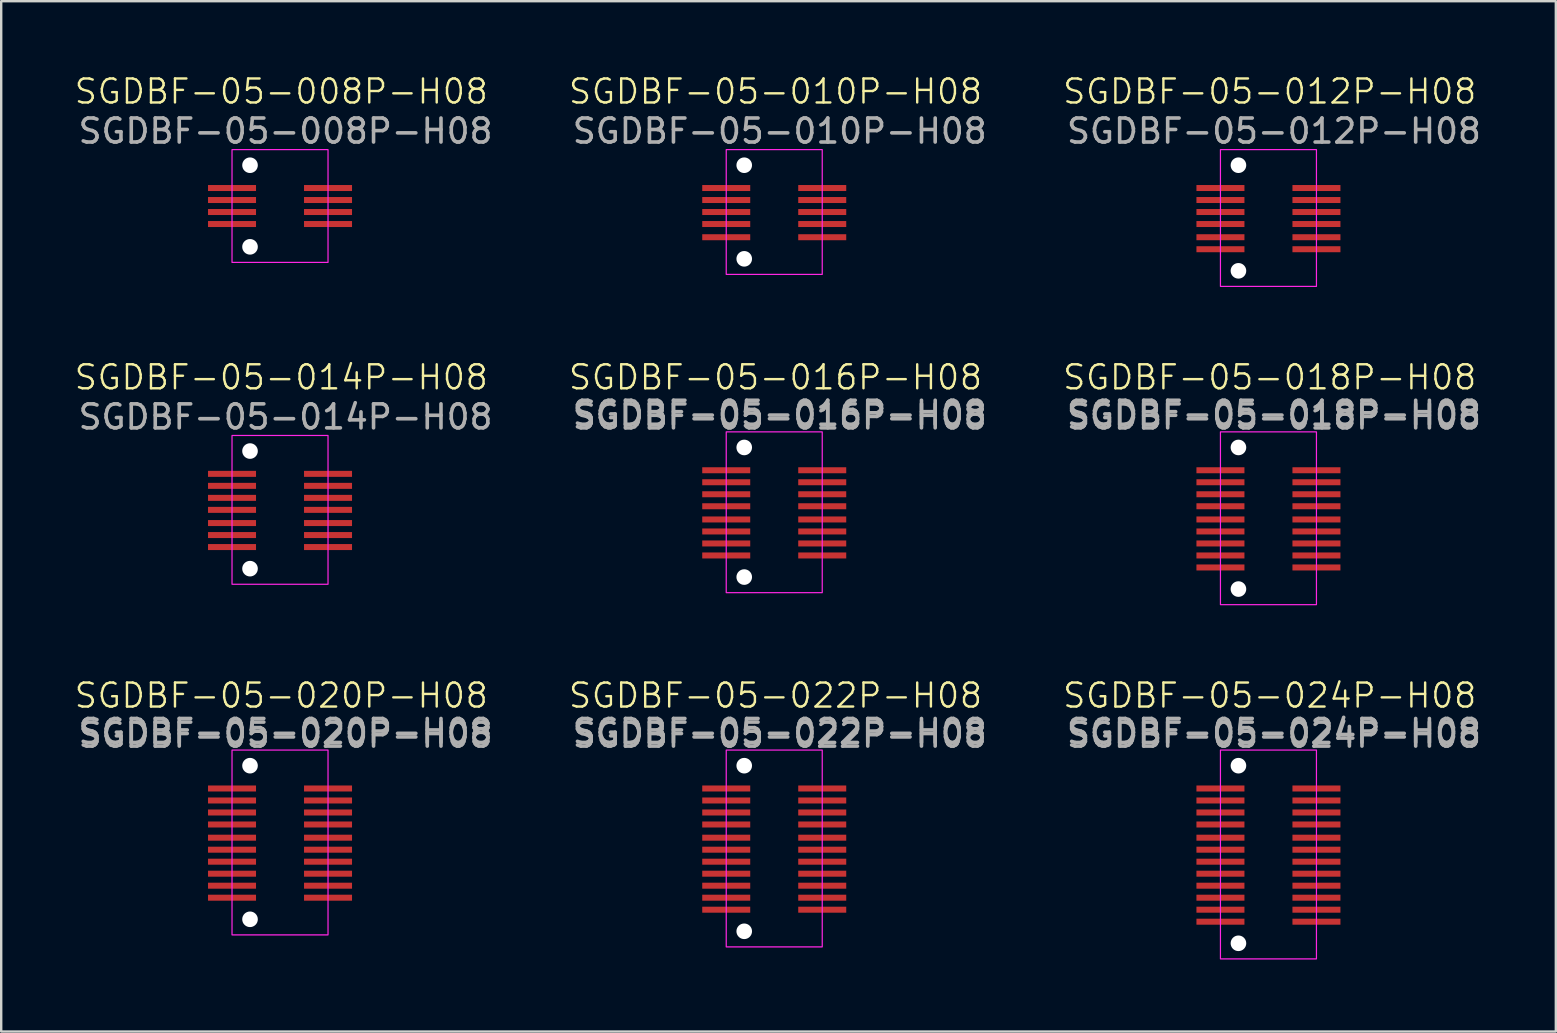
<source format=kicad_pcb>
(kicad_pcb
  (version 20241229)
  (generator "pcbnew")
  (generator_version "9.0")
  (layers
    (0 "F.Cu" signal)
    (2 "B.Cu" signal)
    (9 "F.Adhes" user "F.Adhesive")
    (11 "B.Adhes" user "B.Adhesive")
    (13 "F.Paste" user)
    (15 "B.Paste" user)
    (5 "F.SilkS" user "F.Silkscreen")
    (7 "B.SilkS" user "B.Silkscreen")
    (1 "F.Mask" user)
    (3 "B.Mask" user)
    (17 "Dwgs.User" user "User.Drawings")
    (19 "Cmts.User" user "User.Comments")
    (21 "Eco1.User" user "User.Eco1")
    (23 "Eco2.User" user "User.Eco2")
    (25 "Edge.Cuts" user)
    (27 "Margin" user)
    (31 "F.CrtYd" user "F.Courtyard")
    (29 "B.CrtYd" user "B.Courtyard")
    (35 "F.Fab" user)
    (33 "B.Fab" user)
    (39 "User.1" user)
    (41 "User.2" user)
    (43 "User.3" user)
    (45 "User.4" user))
  (footprint "SGDBF-05-010P-H08"
    (layer "F.Cu")
    (at 27.208 3.184)
    (property "Reference" "SGDBF-05-010P-H08" (at 2.052 -2.423 0) (unlocked yes) (layer "F.SilkS") (effects (font (size 1 1) (thickness 0.1))))
    (attr smd)
    (fp_rect (start 0 0) (end 4 5.2) (stroke (width 0.05) (type default)) (fill no) (layer "F.CrtYd"))
    (fp_text user "${REFERENCE}" (at 2.23 -0.772 0) (unlocked yes) (layer "F.Fab") (effects (font (size 1 1) (thickness 0.15))))
    (pad "" np_thru_hole circle (at 0.75 0.65) (size 0.65 0.65) (drill 0.65) (layers "*.Cu" "*.Mask"))
    (pad "" np_thru_hole circle (at 0.75 4.55) (size 0.65 0.65) (drill 0.65) (layers "*.Cu" "*.Mask"))
    (pad "1" smd rect (at 0 1.6 90) (size 0.25 2) (layers "F.Cu" "F.Mask" "F.Paste"))
    (pad "2" smd rect (at 4 1.6 90) (size 0.25 2) (layers "F.Cu" "F.Mask" "F.Paste"))
    (pad "3" smd rect (at 0 2.1 90) (size 0.25 2) (layers "F.Cu" "F.Mask" "F.Paste"))
    (pad "4" smd rect (at 4 2.1 90) (size 0.25 2) (layers "F.Cu" "F.Mask" "F.Paste"))
    (pad "5" smd rect (at 0 2.6 90) (size 0.25 2) (layers "F.Cu" "F.Mask" "F.Paste"))
    (pad "6" smd rect (at 4 2.6 90) (size 0.25 2) (layers "F.Cu" "F.Mask" "F.Paste"))
    (pad "7" smd rect (at 0 3.1 90) (size 0.25 2) (layers "F.Cu" "F.Mask" "F.Paste"))
    (pad "8" smd rect (at 4 3.1 90) (size 0.25 2) (layers "F.Cu" "F.Mask" "F.Paste"))
    (pad "9" smd rect (at 0 3.65 90) (size 0.25 2) (layers "F.Cu" "F.Mask" "F.Paste"))
    (pad "10" smd rect (at 4 3.65 90) (size 0.25 2) (layers "F.Cu" "F.Mask" "F.Paste")))
  (footprint "SGDBF-05-024P-H08"
    (layer "F.Cu")
    (at 47.799 28.202)
    (property "Reference" "SGDBF-05-024P-H08" (at 2.052 -2.273 0) (unlocked yes) (layer "F.SilkS") (effects (font (size 1 1) (thickness 0.1))))
    (attr smd)
    (fp_rect (start 0 0) (end 4 8.7) (stroke (width 0.05) (type default)) (fill no) (layer "F.CrtYd"))
    (fp_text user "${REFERENCE}" (at 2.23 -0.772 0) (unlocked yes) (layer "F.Fab") (effects (font (size 1 1) (thickness 0.15))))
    (fp_text user "${REFERENCE}" (at 2.23 -0.622 0) (unlocked yes) (layer "F.Fab") (effects (font (size 1 1) (thickness 0.15))))
    (pad "" np_thru_hole circle (at 0.75 0.65) (size 0.65 0.65) (drill 0.65) (layers "*.Cu" "*.Mask"))
    (pad "" np_thru_hole circle (at 0.75 8.05) (size 0.65 0.65) (drill 0.65) (layers "*.Cu" "*.Mask"))
    (pad "1" smd rect (at 0 1.6 90) (size 0.25 2) (layers "F.Cu" "F.Mask" "F.Paste"))
    (pad "2" smd rect (at 4 1.6 90) (size 0.25 2) (layers "F.Cu" "F.Mask" "F.Paste"))
    (pad "3" smd rect (at 0 2.1 90) (size 0.25 2) (layers "F.Cu" "F.Mask" "F.Paste"))
    (pad "4" smd rect (at 4 2.1 90) (size 0.25 2) (layers "F.Cu" "F.Mask" "F.Paste"))
    (pad "5" smd rect (at 0 2.6 90) (size 0.25 2) (layers "F.Cu" "F.Mask" "F.Paste"))
    (pad "6" smd rect (at 4 2.6 90) (size 0.25 2) (layers "F.Cu" "F.Mask" "F.Paste"))
    (pad "7" smd rect (at 0 3.1 90) (size 0.25 2) (layers "F.Cu" "F.Mask" "F.Paste"))
    (pad "8" smd rect (at 4 3.1 90) (size 0.25 2) (layers "F.Cu" "F.Mask" "F.Paste"))
    (pad "9" smd rect (at 0 3.65 90) (size 0.25 2) (layers "F.Cu" "F.Mask" "F.Paste"))
    (pad "10" smd rect (at 4 3.65 90) (size 0.25 2) (layers "F.Cu" "F.Mask" "F.Paste"))
    (pad "11" smd rect (at 0 4.15 90) (size 0.25 2) (layers "F.Cu" "F.Mask" "F.Paste"))
    (pad "12" smd rect (at 4 4.15 90) (size 0.25 2) (layers "F.Cu" "F.Mask" "F.Paste"))
    (pad "13" smd rect (at 0 4.65 90) (size 0.25 2) (layers "F.Cu" "F.Mask" "F.Paste"))
    (pad "14" smd rect (at 4 4.65 90) (size 0.25 2) (layers "F.Cu" "F.Mask" "F.Paste"))
    (pad "15" smd rect (at 0 5.15 90) (size 0.25 2) (layers "F.Cu" "F.Mask" "F.Paste"))
    (pad "16" smd rect (at 4 5.15 90) (size 0.25 2) (layers "F.Cu" "F.Mask" "F.Paste"))
    (pad "17" smd rect (at 0 5.65 90) (size 0.25 2) (layers "F.Cu" "F.Mask" "F.Paste"))
    (pad "18" smd rect (at 4 5.65 90) (size 0.25 2) (layers "F.Cu" "F.Mask" "F.Paste"))
    (pad "19" smd rect (at 0 6.15 90) (size 0.25 2) (layers "F.Cu" "F.Mask" "F.Paste"))
    (pad "20" smd rect (at 4 6.15 90) (size 0.25 2) (layers "F.Cu" "F.Mask" "F.Paste"))
    (pad "21" smd rect (at 0 6.65 90) (size 0.25 2) (layers "F.Cu" "F.Mask" "F.Paste"))
    (pad "22" smd rect (at 4 6.65 90) (size 0.25 2) (layers "F.Cu" "F.Mask" "F.Paste"))
    (pad "23" smd rect (at 0 7.15 90) (size 0.25 2) (layers "F.Cu" "F.Mask" "F.Paste"))
    (pad "24" smd rect (at 4 7.15 90) (size 0.25 2) (layers "F.Cu" "F.Mask" "F.Paste")))
  (footprint "SGDBF-05-016P-H08"
    (layer "F.Cu")
    (at 27.208 16.543)
    (property "Reference" "SGDBF-05-016P-H08" (at 2.052 -3.873 0) (unlocked yes) (layer "F.SilkS") (effects (font (size 1 1) (thickness 0.1))))
    (attr smd)
    (fp_rect (start 0 -1.6) (end 4 5.1) (stroke (width 0.05) (type default)) (fill no) (layer "F.CrtYd"))
    (fp_text user "${REFERENCE}" (at 2.23 -2.222 0) (unlocked yes) (layer "F.Fab") (effects (font (size 1 1) (thickness 0.15))))
    (fp_text user "${REFERENCE}" (at 2.23 -2.372 0) (unlocked yes) (layer "F.Fab") (effects (font (size 1 1) (thickness 0.15))))
    (pad "" np_thru_hole circle (at 0.75 -0.95) (size 0.65 0.65) (drill 0.65) (layers "*.Cu" "*.Mask"))
    (pad "" np_thru_hole circle (at 0.75 4.45) (size 0.65 0.65) (drill 0.65) (layers "*.Cu" "*.Mask"))
    (pad "1" smd rect (at 0 0 90) (size 0.25 2) (layers "F.Cu" "F.Mask" "F.Paste"))
    (pad "2" smd rect (at 4 0 90) (size 0.25 2) (layers "F.Cu" "F.Mask" "F.Paste"))
    (pad "3" smd rect (at 0 0.5 90) (size 0.25 2) (layers "F.Cu" "F.Mask" "F.Paste"))
    (pad "4" smd rect (at 4 0.5 90) (size 0.25 2) (layers "F.Cu" "F.Mask" "F.Paste"))
    (pad "5" smd rect (at 0 1 90) (size 0.25 2) (layers "F.Cu" "F.Mask" "F.Paste"))
    (pad "6" smd rect (at 4 1 90) (size 0.25 2) (layers "F.Cu" "F.Mask" "F.Paste"))
    (pad "7" smd rect (at 0 1.5 90) (size 0.25 2) (layers "F.Cu" "F.Mask" "F.Paste"))
    (pad "8" smd rect (at 4 1.5 90) (size 0.25 2) (layers "F.Cu" "F.Mask" "F.Paste"))
    (pad "9" smd rect (at 0 2.05 90) (size 0.25 2) (layers "F.Cu" "F.Mask" "F.Paste"))
    (pad "10" smd rect (at 4 2.05 90) (size 0.25 2) (layers "F.Cu" "F.Mask" "F.Paste"))
    (pad "11" smd rect (at 0 2.55 90) (size 0.25 2) (layers "F.Cu" "F.Mask" "F.Paste"))
    (pad "12" smd rect (at 4 2.55 90) (size 0.25 2) (layers "F.Cu" "F.Mask" "F.Paste"))
    (pad "13" smd rect (at 0 3.05 90) (size 0.25 2) (layers "F.Cu" "F.Mask" "F.Paste"))
    (pad "14" smd rect (at 4 3.05 90) (size 0.25 2) (layers "F.Cu" "F.Mask" "F.Paste"))
    (pad "15" smd rect (at 0 3.55 90) (size 0.25 2) (layers "F.Cu" "F.Mask" "F.Paste"))
    (pad "16" smd rect (at 4 3.55 90) (size 0.25 2) (layers "F.Cu" "F.Mask" "F.Paste")))
  (footprint "SGDBF-05-022P-H08"
    (layer "F.Cu")
    (at 27.208 29.802)
    (property "Reference" "SGDBF-05-022P-H08" (at 2.052 -3.873 0) (unlocked yes) (layer "F.SilkS") (effects (font (size 1 1) (thickness 0.1))))
    (attr smd)
    (fp_rect (start 0 -1.6) (end 4 6.6) (stroke (width 0.05) (type default)) (fill no) (layer "F.CrtYd"))
    (fp_text user "${REFERENCE}" (at 2.23 -2.222 0) (unlocked yes) (layer "F.Fab") (effects (font (size 1 1) (thickness 0.15))))
    (fp_text user "${REFERENCE}" (at 2.23 -2.372 0) (unlocked yes) (layer "F.Fab") (effects (font (size 1 1) (thickness 0.15))))
    (pad "" np_thru_hole circle (at 0.75 -0.95) (size 0.65 0.65) (drill 0.65) (layers "*.Cu" "*.Mask"))
    (pad "" np_thru_hole circle (at 0.75 5.95) (size 0.65 0.65) (drill 0.65) (layers "*.Cu" "*.Mask"))
    (pad "1" smd rect (at 0 0 90) (size 0.25 2) (layers "F.Cu" "F.Mask" "F.Paste"))
    (pad "2" smd rect (at 4 0 90) (size 0.25 2) (layers "F.Cu" "F.Mask" "F.Paste"))
    (pad "3" smd rect (at 0 0.5 90) (size 0.25 2) (layers "F.Cu" "F.Mask" "F.Paste"))
    (pad "4" smd rect (at 4 0.5 90) (size 0.25 2) (layers "F.Cu" "F.Mask" "F.Paste"))
    (pad "5" smd rect (at 0 1 90) (size 0.25 2) (layers "F.Cu" "F.Mask" "F.Paste"))
    (pad "6" smd rect (at 4 1 90) (size 0.25 2) (layers "F.Cu" "F.Mask" "F.Paste"))
    (pad "7" smd rect (at 0 1.5 90) (size 0.25 2) (layers "F.Cu" "F.Mask" "F.Paste"))
    (pad "8" smd rect (at 4 1.5 90) (size 0.25 2) (layers "F.Cu" "F.Mask" "F.Paste"))
    (pad "9" smd rect (at 0 2.05 90) (size 0.25 2) (layers "F.Cu" "F.Mask" "F.Paste"))
    (pad "10" smd rect (at 4 2.05 90) (size 0.25 2) (layers "F.Cu" "F.Mask" "F.Paste"))
    (pad "11" smd rect (at 0 2.55 90) (size 0.25 2) (layers "F.Cu" "F.Mask" "F.Paste"))
    (pad "12" smd rect (at 4 2.55 90) (size 0.25 2) (layers "F.Cu" "F.Mask" "F.Paste"))
    (pad "13" smd rect (at 0 3.05 90) (size 0.25 2) (layers "F.Cu" "F.Mask" "F.Paste"))
    (pad "14" smd rect (at 4 3.05 90) (size 0.25 2) (layers "F.Cu" "F.Mask" "F.Paste"))
    (pad "15" smd rect (at 0 3.55 90) (size 0.25 2) (layers "F.Cu" "F.Mask" "F.Paste"))
    (pad "16" smd rect (at 4 3.55 90) (size 0.25 2) (layers "F.Cu" "F.Mask" "F.Paste"))
    (pad "17" smd rect (at 0 4.05 90) (size 0.25 2) (layers "F.Cu" "F.Mask" "F.Paste"))
    (pad "18" smd rect (at 4 4.05 90) (size 0.25 2) (layers "F.Cu" "F.Mask" "F.Paste"))
    (pad "19" smd rect (at 0 4.55 90) (size 0.25 2) (layers "F.Cu" "F.Mask" "F.Paste"))
    (pad "20" smd rect (at 4 4.55 90) (size 0.25 2) (layers "F.Cu" "F.Mask" "F.Paste"))
    (pad "21" smd rect (at 0 5.05 90) (size 0.25 2) (layers "F.Cu" "F.Mask" "F.Paste"))
    (pad "22" smd rect (at 4 5.05 90) (size 0.25 2) (layers "F.Cu" "F.Mask" "F.Paste")))
  (footprint "SGDBF-05-014P-H08"
    (layer "F.Cu")
    (at 6.617 15.093)
    (property "Reference" "SGDBF-05-014P-H08" (at 2.052 -2.423 0) (unlocked yes) (layer "F.SilkS") (effects (font (size 1 1) (thickness 0.1))))
    (attr smd)
    (fp_rect (start 0 0) (end 4 6.2) (stroke (width 0.05) (type default)) (fill no) (layer "F.CrtYd"))
    (fp_text user "${REFERENCE}" (at 2.23 -0.772 0) (unlocked yes) (layer "F.Fab") (effects (font (size 1 1) (thickness 0.15))))
    (pad "" np_thru_hole circle (at 0.75 0.65) (size 0.65 0.65) (drill 0.65) (layers "*.Cu" "*.Mask"))
    (pad "" np_thru_hole circle (at 0.75 5.55) (size 0.65 0.65) (drill 0.65) (layers "*.Cu" "*.Mask"))
    (pad "1" smd rect (at 0 1.6 90) (size 0.25 2) (layers "F.Cu" "F.Mask" "F.Paste"))
    (pad "2" smd rect (at 4 1.6 90) (size 0.25 2) (layers "F.Cu" "F.Mask" "F.Paste"))
    (pad "3" smd rect (at 0 2.1 90) (size 0.25 2) (layers "F.Cu" "F.Mask" "F.Paste"))
    (pad "4" smd rect (at 4 2.1 90) (size 0.25 2) (layers "F.Cu" "F.Mask" "F.Paste"))
    (pad "5" smd rect (at 0 2.6 90) (size 0.25 2) (layers "F.Cu" "F.Mask" "F.Paste"))
    (pad "6" smd rect (at 4 2.6 90) (size 0.25 2) (layers "F.Cu" "F.Mask" "F.Paste"))
    (pad "7" smd rect (at 0 3.1 90) (size 0.25 2) (layers "F.Cu" "F.Mask" "F.Paste"))
    (pad "8" smd rect (at 4 3.1 90) (size 0.25 2) (layers "F.Cu" "F.Mask" "F.Paste"))
    (pad "9" smd rect (at 0 3.65 90) (size 0.25 2) (layers "F.Cu" "F.Mask" "F.Paste"))
    (pad "10" smd rect (at 4 3.65 90) (size 0.25 2) (layers "F.Cu" "F.Mask" "F.Paste"))
    (pad "11" smd rect (at 0 4.15 90) (size 0.25 2) (layers "F.Cu" "F.Mask" "F.Paste"))
    (pad "12" smd rect (at 4 4.15 90) (size 0.25 2) (layers "F.Cu" "F.Mask" "F.Paste"))
    (pad "13" smd rect (at 0 4.65 90) (size 0.25 2) (layers "F.Cu" "F.Mask" "F.Paste"))
    (pad "14" smd rect (at 4 4.65 90) (size 0.25 2) (layers "F.Cu" "F.Mask" "F.Paste")))
  (footprint "SGDBF-05-020P-H08"
    (layer "F.Cu")
    (at 6.617 28.202)
    (property "Reference" "SGDBF-05-020P-H08" (at 2.052 -2.273 0) (unlocked yes) (layer "F.SilkS") (effects (font (size 1 1) (thickness 0.1))))
    (attr smd)
    (fp_rect (start 0 0) (end 4 7.7) (stroke (width 0.05) (type default)) (fill no) (layer "F.CrtYd"))
    (fp_text user "${REFERENCE}" (at 2.23 -0.772 0) (unlocked yes) (layer "F.Fab") (effects (font (size 1 1) (thickness 0.15))))
    (fp_text user "${REFERENCE}" (at 2.23 -0.622 0) (unlocked yes) (layer "F.Fab") (effects (font (size 1 1) (thickness 0.15))))
    (pad "" np_thru_hole circle (at 0.75 0.65) (size 0.65 0.65) (drill 0.65) (layers "*.Cu" "*.Mask"))
    (pad "" np_thru_hole circle (at 0.75 7.05) (size 0.65 0.65) (drill 0.65) (layers "*.Cu" "*.Mask"))
    (pad "1" smd rect (at 0 1.6 90) (size 0.25 2) (layers "F.Cu" "F.Mask" "F.Paste"))
    (pad "2" smd rect (at 4 1.6 90) (size 0.25 2) (layers "F.Cu" "F.Mask" "F.Paste"))
    (pad "3" smd rect (at 0 2.1 90) (size 0.25 2) (layers "F.Cu" "F.Mask" "F.Paste"))
    (pad "4" smd rect (at 4 2.1 90) (size 0.25 2) (layers "F.Cu" "F.Mask" "F.Paste"))
    (pad "5" smd rect (at 0 2.6 90) (size 0.25 2) (layers "F.Cu" "F.Mask" "F.Paste"))
    (pad "6" smd rect (at 4 2.6 90) (size 0.25 2) (layers "F.Cu" "F.Mask" "F.Paste"))
    (pad "7" smd rect (at 0 3.1 90) (size 0.25 2) (layers "F.Cu" "F.Mask" "F.Paste"))
    (pad "8" smd rect (at 4 3.1 90) (size 0.25 2) (layers "F.Cu" "F.Mask" "F.Paste"))
    (pad "9" smd rect (at 0 3.65 90) (size 0.25 2) (layers "F.Cu" "F.Mask" "F.Paste"))
    (pad "10" smd rect (at 4 3.65 90) (size 0.25 2) (layers "F.Cu" "F.Mask" "F.Paste"))
    (pad "11" smd rect (at 0 4.15 90) (size 0.25 2) (layers "F.Cu" "F.Mask" "F.Paste"))
    (pad "12" smd rect (at 4 4.15 90) (size 0.25 2) (layers "F.Cu" "F.Mask" "F.Paste"))
    (pad "13" smd rect (at 0 4.65 90) (size 0.25 2) (layers "F.Cu" "F.Mask" "F.Paste"))
    (pad "14" smd rect (at 4 4.65 90) (size 0.25 2) (layers "F.Cu" "F.Mask" "F.Paste"))
    (pad "15" smd rect (at 0 5.15 90) (size 0.25 2) (layers "F.Cu" "F.Mask" "F.Paste"))
    (pad "16" smd rect (at 4 5.15 90) (size 0.25 2) (layers "F.Cu" "F.Mask" "F.Paste"))
    (pad "17" smd rect (at 0 5.65 90) (size 0.25 2) (layers "F.Cu" "F.Mask" "F.Paste"))
    (pad "18" smd rect (at 4 5.65 90) (size 0.25 2) (layers "F.Cu" "F.Mask" "F.Paste"))
    (pad "19" smd rect (at 0 6.15 90) (size 0.25 2) (layers "F.Cu" "F.Mask" "F.Paste"))
    (pad "20" smd rect (at 4 6.15 90) (size 0.25 2) (layers "F.Cu" "F.Mask" "F.Paste")))
  (footprint "SGDBF-05-008P-H08"
    (layer "F.Cu")
    (at 6.617 4.784)
    (property "Reference" "SGDBF-05-008P-H08" (at 2.052 -4.023 0) (unlocked yes) (layer "F.SilkS") (effects (font (size 1 1) (thickness 0.1))))
    (attr smd)
    (fp_rect (start 0 -1.6) (end 4 3.1) (stroke (width 0.05) (type default)) (fill no) (layer "F.CrtYd"))
    (fp_text user "${REFERENCE}" (at 2.23 -2.372 0) (unlocked yes) (layer "F.Fab") (effects (font (size 1 1) (thickness 0.15))))
    (pad "" np_thru_hole circle (at 0.75 -0.95) (size 0.65 0.65) (drill 0.65) (layers "*.Cu" "*.Mask"))
    (pad "" np_thru_hole circle (at 0.75 2.45) (size 0.65 0.65) (drill 0.65) (layers "*.Cu" "*.Mask"))
    (pad "1" smd rect (at 0 0 90) (size 0.25 2) (layers "F.Cu" "F.Mask" "F.Paste"))
    (pad "2" smd rect (at 4 0 90) (size 0.25 2) (layers "F.Cu" "F.Mask" "F.Paste"))
    (pad "3" smd rect (at 0 0.5 90) (size 0.25 2) (layers "F.Cu" "F.Mask" "F.Paste"))
    (pad "4" smd rect (at 4 0.5 90) (size 0.25 2) (layers "F.Cu" "F.Mask" "F.Paste"))
    (pad "5" smd rect (at 0 1 90) (size 0.25 2) (layers "F.Cu" "F.Mask" "F.Paste"))
    (pad "6" smd rect (at 4 1 90) (size 0.25 2) (layers "F.Cu" "F.Mask" "F.Paste"))
    (pad "7" smd rect (at 0 1.5 90) (size 0.25 2) (layers "F.Cu" "F.Mask" "F.Paste"))
    (pad "8" smd rect (at 4 1.5 90) (size 0.25 2) (layers "F.Cu" "F.Mask" "F.Paste")))
  (footprint "SGDBF-05-012P-H08"
    (layer "F.Cu")
    (at 47.799 3.184)
    (property "Reference" "SGDBF-05-012P-H08" (at 2.052 -2.423 0) (unlocked yes) (layer "F.SilkS") (effects (font (size 1 1) (thickness 0.1))))
    (attr smd)
    (fp_rect (start 0 0) (end 4 5.7) (stroke (width 0.05) (type default)) (fill no) (layer "F.CrtYd"))
    (fp_text user "${REFERENCE}" (at 2.23 -0.772 0) (unlocked yes) (layer "F.Fab") (effects (font (size 1 1) (thickness 0.15))))
    (pad "" np_thru_hole circle (at 0.75 0.65) (size 0.65 0.65) (drill 0.65) (layers "*.Cu" "*.Mask"))
    (pad "" np_thru_hole circle (at 0.75 5.05) (size 0.65 0.65) (drill 0.65) (layers "*.Cu" "*.Mask"))
    (pad "1" smd rect (at 0 1.6 90) (size 0.25 2) (layers "F.Cu" "F.Mask" "F.Paste"))
    (pad "2" smd rect (at 4 1.6 90) (size 0.25 2) (layers "F.Cu" "F.Mask" "F.Paste"))
    (pad "3" smd rect (at 0 2.1 90) (size 0.25 2) (layers "F.Cu" "F.Mask" "F.Paste"))
    (pad "4" smd rect (at 4 2.1 90) (size 0.25 2) (layers "F.Cu" "F.Mask" "F.Paste"))
    (pad "5" smd rect (at 0 2.6 90) (size 0.25 2) (layers "F.Cu" "F.Mask" "F.Paste"))
    (pad "6" smd rect (at 4 2.6 90) (size 0.25 2) (layers "F.Cu" "F.Mask" "F.Paste"))
    (pad "7" smd rect (at 0 3.1 90) (size 0.25 2) (layers "F.Cu" "F.Mask" "F.Paste"))
    (pad "8" smd rect (at 4 3.1 90) (size 0.25 2) (layers "F.Cu" "F.Mask" "F.Paste"))
    (pad "9" smd rect (at 0 3.65 90) (size 0.25 2) (layers "F.Cu" "F.Mask" "F.Paste"))
    (pad "10" smd rect (at 4 3.65 90) (size 0.25 2) (layers "F.Cu" "F.Mask" "F.Paste"))
    (pad "11" smd rect (at 0 4.15 90) (size 0.25 2) (layers "F.Cu" "F.Mask" "F.Paste"))
    (pad "12" smd rect (at 4 4.15 90) (size 0.25 2) (layers "F.Cu" "F.Mask" "F.Paste")))
  (footprint "SGDBF-05-018P-H08"
    (layer "F.Cu")
    (at 47.799 14.943)
    (property "Reference" "SGDBF-05-018P-H08" (at 2.052 -2.273 0) (unlocked yes) (layer "F.SilkS") (effects (font (size 1 1) (thickness 0.1))))
    (attr smd)
    (fp_rect (start 0 0) (end 4 7.2) (stroke (width 0.05) (type default)) (fill no) (layer "F.CrtYd"))
    (fp_text user "${REFERENCE}" (at 2.23 -0.622 0) (unlocked yes) (layer "F.Fab") (effects (font (size 1 1) (thickness 0.15))))
    (fp_text user "${REFERENCE}" (at 2.23 -0.772 0) (unlocked yes) (layer "F.Fab") (effects (font (size 1 1) (thickness 0.15))))
    (pad "" np_thru_hole circle (at 0.75 0.65) (size 0.65 0.65) (drill 0.65) (layers "*.Cu" "*.Mask"))
    (pad "" np_thru_hole circle (at 0.75 6.55) (size 0.65 0.65) (drill 0.65) (layers "*.Cu" "*.Mask"))
    (pad "1" smd rect (at 0 1.6 90) (size 0.25 2) (layers "F.Cu" "F.Mask" "F.Paste"))
    (pad "2" smd rect (at 4 1.6 90) (size 0.25 2) (layers "F.Cu" "F.Mask" "F.Paste"))
    (pad "3" smd rect (at 0 2.1 90) (size 0.25 2) (layers "F.Cu" "F.Mask" "F.Paste"))
    (pad "4" smd rect (at 4 2.1 90) (size 0.25 2) (layers "F.Cu" "F.Mask" "F.Paste"))
    (pad "5" smd rect (at 0 2.6 90) (size 0.25 2) (layers "F.Cu" "F.Mask" "F.Paste"))
    (pad "6" smd rect (at 4 2.6 90) (size 0.25 2) (layers "F.Cu" "F.Mask" "F.Paste"))
    (pad "7" smd rect (at 0 3.1 90) (size 0.25 2) (layers "F.Cu" "F.Mask" "F.Paste"))
    (pad "8" smd rect (at 4 3.1 90) (size 0.25 2) (layers "F.Cu" "F.Mask" "F.Paste"))
    (pad "9" smd rect (at 0 3.65 90) (size 0.25 2) (layers "F.Cu" "F.Mask" "F.Paste"))
    (pad "10" smd rect (at 4 3.65 90) (size 0.25 2) (layers "F.Cu" "F.Mask" "F.Paste"))
    (pad "11" smd rect (at 0 4.15 90) (size 0.25 2) (layers "F.Cu" "F.Mask" "F.Paste"))
    (pad "12" smd rect (at 4 4.15 90) (size 0.25 2) (layers "F.Cu" "F.Mask" "F.Paste"))
    (pad "13" smd rect (at 0 4.65 90) (size 0.25 2) (layers "F.Cu" "F.Mask" "F.Paste"))
    (pad "14" smd rect (at 4 4.65 90) (size 0.25 2) (layers "F.Cu" "F.Mask" "F.Paste"))
    (pad "15" smd rect (at 0 5.15 90) (size 0.25 2) (layers "F.Cu" "F.Mask" "F.Paste"))
    (pad "16" smd rect (at 4 5.15 90) (size 0.25 2) (layers "F.Cu" "F.Mask" "F.Paste"))
    (pad "17" smd rect (at 0 5.65 90) (size 0.25 2) (layers "F.Cu" "F.Mask" "F.Paste"))
    (pad "18" smd rect (at 4 5.65 90) (size 0.25 2) (layers "F.Cu" "F.Mask" "F.Paste")))
  (gr_rect
    (start -3 -3)
    (end 61.773 39.927)
    (stroke (width 0.1) (type default))
    (fill no)
    (layer "Edge.Cuts")))
</source>
